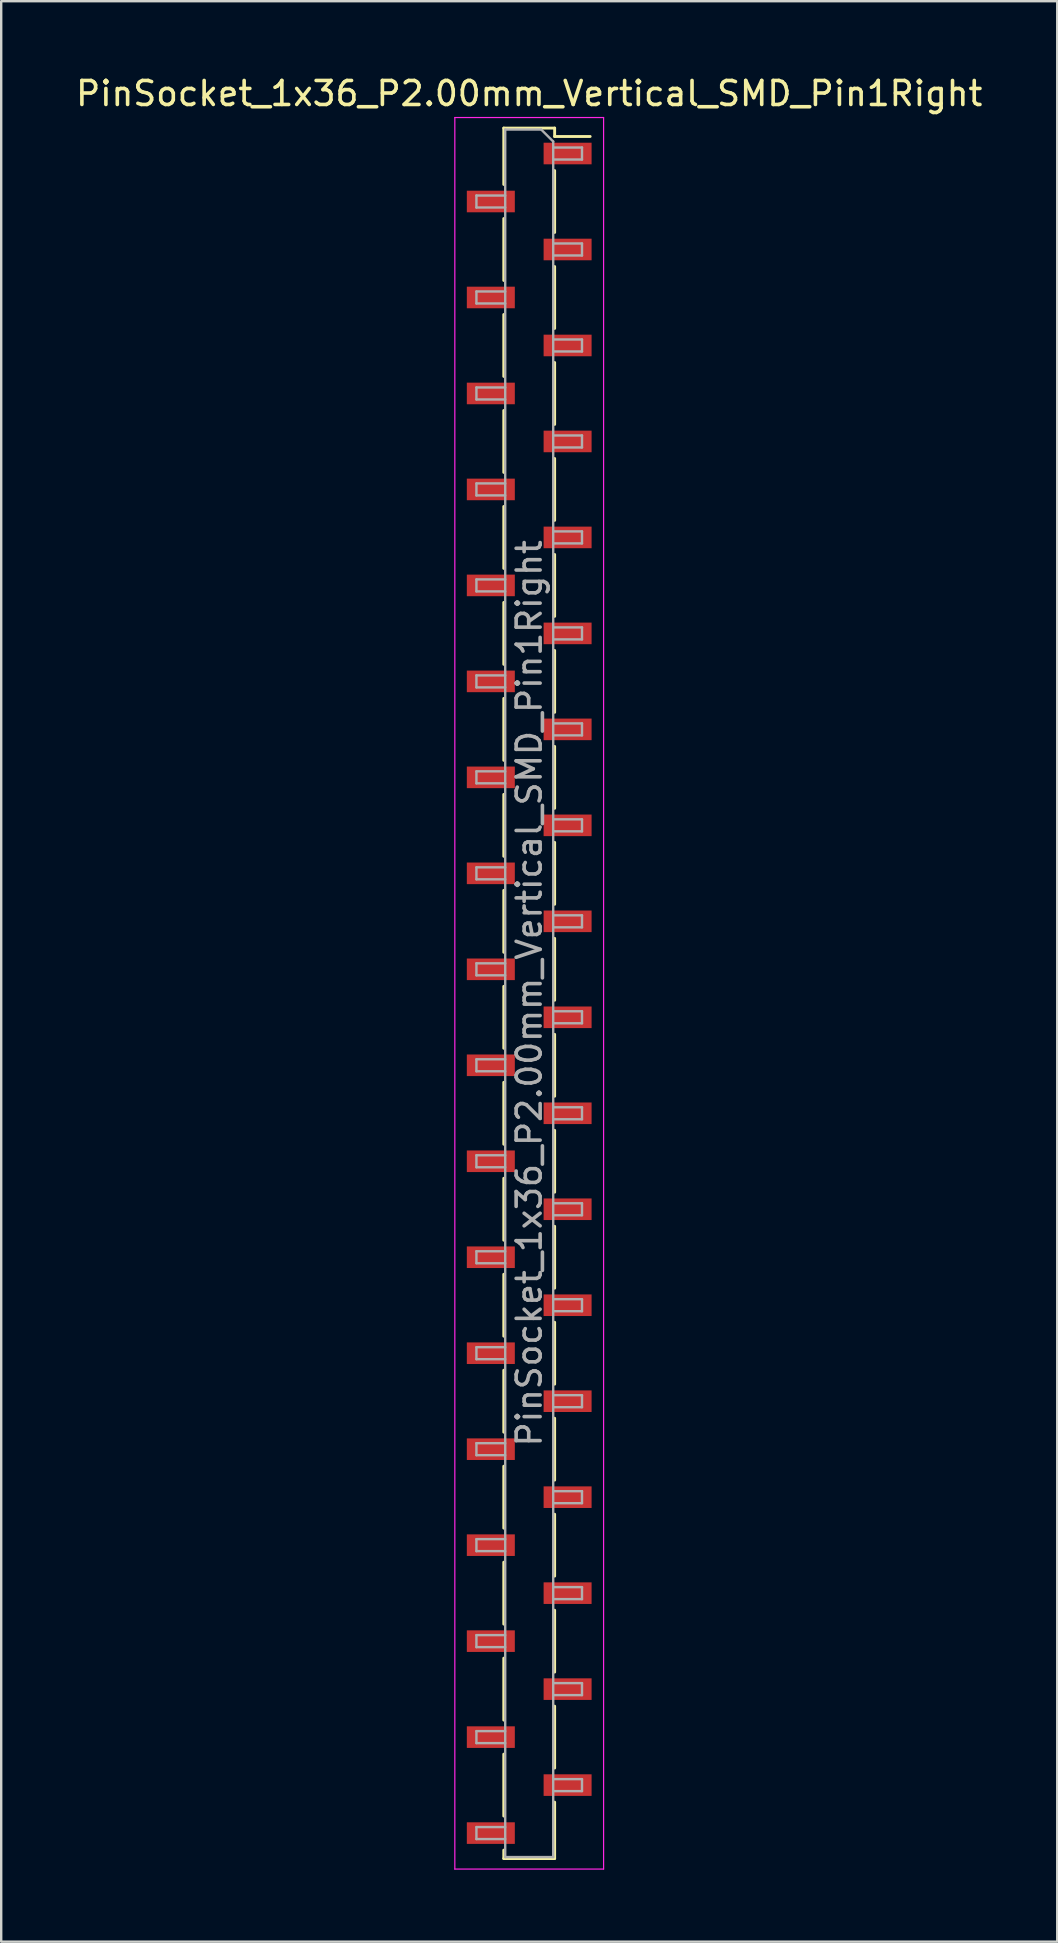
<source format=kicad_pcb>
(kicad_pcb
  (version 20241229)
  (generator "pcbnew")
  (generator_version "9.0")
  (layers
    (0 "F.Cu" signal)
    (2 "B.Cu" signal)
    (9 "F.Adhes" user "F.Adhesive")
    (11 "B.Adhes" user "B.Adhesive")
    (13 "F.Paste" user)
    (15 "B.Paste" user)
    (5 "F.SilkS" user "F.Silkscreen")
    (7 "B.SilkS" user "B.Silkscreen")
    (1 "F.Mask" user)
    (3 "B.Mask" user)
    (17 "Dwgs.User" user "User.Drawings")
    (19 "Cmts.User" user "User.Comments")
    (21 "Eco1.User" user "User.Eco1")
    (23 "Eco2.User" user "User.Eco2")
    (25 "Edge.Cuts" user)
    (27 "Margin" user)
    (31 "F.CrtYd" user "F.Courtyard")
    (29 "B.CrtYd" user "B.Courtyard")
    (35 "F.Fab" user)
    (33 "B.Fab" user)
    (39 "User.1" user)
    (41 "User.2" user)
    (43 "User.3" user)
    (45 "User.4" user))
  (footprint "PinSocket_1x36_P2.00mm_Vertical_SMD_Pin1Right"
    (layer "F.Cu")
    (at 19.006 38.348)
    (property "Reference" "PinSocket_1x36_P2.00mm_Vertical_SMD_Pin1Right" (at 0 -37.5 0) (layer "F.SilkS") (effects (font (size 1 1) (thickness 0.15))))
    (attr smd)
    (fp_line (start -1.06 -36.06) (end -1.06 -33.71) (stroke (width 0.12) (type solid)) (layer "F.SilkS"))
    (fp_line (start -1.06 -36.06) (end 1.06 -36.06) (stroke (width 0.12) (type solid)) (layer "F.SilkS"))
    (fp_line (start -1.06 -32.29) (end -1.06 -29.71) (stroke (width 0.12) (type solid)) (layer "F.SilkS"))
    (fp_line (start -1.06 -28.29) (end -1.06 -25.71) (stroke (width 0.12) (type solid)) (layer "F.SilkS"))
    (fp_line (start -1.06 -24.29) (end -1.06 -21.71) (stroke (width 0.12) (type solid)) (layer "F.SilkS"))
    (fp_line (start -1.06 -20.29) (end -1.06 -17.71) (stroke (width 0.12) (type solid)) (layer "F.SilkS"))
    (fp_line (start -1.06 -16.29) (end -1.06 -13.71) (stroke (width 0.12) (type solid)) (layer "F.SilkS"))
    (fp_line (start -1.06 -12.29) (end -1.06 -9.71) (stroke (width 0.12) (type solid)) (layer "F.SilkS"))
    (fp_line (start -1.06 -8.29) (end -1.06 -5.71) (stroke (width 0.12) (type solid)) (layer "F.SilkS"))
    (fp_line (start -1.06 -4.29) (end -1.06 -1.71) (stroke (width 0.12) (type solid)) (layer "F.SilkS"))
    (fp_line (start -1.06 -0.29) (end -1.06 2.29) (stroke (width 0.12) (type solid)) (layer "F.SilkS"))
    (fp_line (start -1.06 3.71) (end -1.06 6.29) (stroke (width 0.12) (type solid)) (layer "F.SilkS"))
    (fp_line (start -1.06 7.71) (end -1.06 10.29) (stroke (width 0.12) (type solid)) (layer "F.SilkS"))
    (fp_line (start -1.06 11.71) (end -1.06 14.29) (stroke (width 0.12) (type solid)) (layer "F.SilkS"))
    (fp_line (start -1.06 15.71) (end -1.06 18.29) (stroke (width 0.12) (type solid)) (layer "F.SilkS"))
    (fp_line (start -1.06 19.71) (end -1.06 22.29) (stroke (width 0.12) (type solid)) (layer "F.SilkS"))
    (fp_line (start -1.06 23.71) (end -1.06 26.29) (stroke (width 0.12) (type solid)) (layer "F.SilkS"))
    (fp_line (start -1.06 27.71) (end -1.06 30.29) (stroke (width 0.12) (type solid)) (layer "F.SilkS"))
    (fp_line (start -1.06 31.71) (end -1.06 34.29) (stroke (width 0.12) (type solid)) (layer "F.SilkS"))
    (fp_line (start -1.06 35.71) (end -1.06 36.06) (stroke (width 0.12) (type solid)) (layer "F.SilkS"))
    (fp_line (start -1.06 36.06) (end 1.06 36.06) (stroke (width 0.12) (type solid)) (layer "F.SilkS"))
    (fp_line (start 1.06 -36.06) (end 1.06 -35.71) (stroke (width 0.12) (type solid)) (layer "F.SilkS"))
    (fp_line (start 1.06 -35.71) (end 2.54 -35.71) (stroke (width 0.12) (type solid)) (layer "F.SilkS"))
    (fp_line (start 1.06 -34.29) (end 1.06 -31.71) (stroke (width 0.12) (type solid)) (layer "F.SilkS"))
    (fp_line (start 1.06 -30.29) (end 1.06 -27.71) (stroke (width 0.12) (type solid)) (layer "F.SilkS"))
    (fp_line (start 1.06 -26.29) (end 1.06 -23.71) (stroke (width 0.12) (type solid)) (layer "F.SilkS"))
    (fp_line (start 1.06 -22.29) (end 1.06 -19.71) (stroke (width 0.12) (type solid)) (layer "F.SilkS"))
    (fp_line (start 1.06 -18.29) (end 1.06 -15.71) (stroke (width 0.12) (type solid)) (layer "F.SilkS"))
    (fp_line (start 1.06 -14.29) (end 1.06 -11.71) (stroke (width 0.12) (type solid)) (layer "F.SilkS"))
    (fp_line (start 1.06 -10.29) (end 1.06 -7.71) (stroke (width 0.12) (type solid)) (layer "F.SilkS"))
    (fp_line (start 1.06 -6.29) (end 1.06 -3.71) (stroke (width 0.12) (type solid)) (layer "F.SilkS"))
    (fp_line (start 1.06 -2.29) (end 1.06 0.29) (stroke (width 0.12) (type solid)) (layer "F.SilkS"))
    (fp_line (start 1.06 1.71) (end 1.06 4.29) (stroke (width 0.12) (type solid)) (layer "F.SilkS"))
    (fp_line (start 1.06 5.71) (end 1.06 8.29) (stroke (width 0.12) (type solid)) (layer "F.SilkS"))
    (fp_line (start 1.06 9.71) (end 1.06 12.29) (stroke (width 0.12) (type solid)) (layer "F.SilkS"))
    (fp_line (start 1.06 13.71) (end 1.06 16.29) (stroke (width 0.12) (type solid)) (layer "F.SilkS"))
    (fp_line (start 1.06 17.71) (end 1.06 20.29) (stroke (width 0.12) (type solid)) (layer "F.SilkS"))
    (fp_line (start 1.06 21.71) (end 1.06 24.29) (stroke (width 0.12) (type solid)) (layer "F.SilkS"))
    (fp_line (start 1.06 25.71) (end 1.06 28.29) (stroke (width 0.12) (type solid)) (layer "F.SilkS"))
    (fp_line (start 1.06 29.71) (end 1.06 32.29) (stroke (width 0.12) (type solid)) (layer "F.SilkS"))
    (fp_line (start 1.06 33.71) (end 1.06 36.06) (stroke (width 0.12) (type solid)) (layer "F.SilkS"))
    (fp_line (start -3.1 -36.5) (end 3.1 -36.5) (stroke (width 0.05) (type solid)) (layer "F.CrtYd"))
    (fp_line (start -3.1 36.5) (end -3.1 -36.5) (stroke (width 0.05) (type solid)) (layer "F.CrtYd"))
    (fp_line (start 3.1 -36.5) (end 3.1 36.5) (stroke (width 0.05) (type solid)) (layer "F.CrtYd"))
    (fp_line (start 3.1 36.5) (end -3.1 36.5) (stroke (width 0.05) (type solid)) (layer "F.CrtYd"))
    (fp_line (start -2.2 -33.25) (end -1 -33.25) (stroke (width 0.1) (type solid)) (layer "F.Fab"))
    (fp_line (start -2.2 -32.75) (end -2.2 -33.25) (stroke (width 0.1) (type solid)) (layer "F.Fab"))
    (fp_line (start -2.2 -29.25) (end -1 -29.25) (stroke (width 0.1) (type solid)) (layer "F.Fab"))
    (fp_line (start -2.2 -28.75) (end -2.2 -29.25) (stroke (width 0.1) (type solid)) (layer "F.Fab"))
    (fp_line (start -2.2 -25.25) (end -1 -25.25) (stroke (width 0.1) (type solid)) (layer "F.Fab"))
    (fp_line (start -2.2 -24.75) (end -2.2 -25.25) (stroke (width 0.1) (type solid)) (layer "F.Fab"))
    (fp_line (start -2.2 -21.25) (end -1 -21.25) (stroke (width 0.1) (type solid)) (layer "F.Fab"))
    (fp_line (start -2.2 -20.75) (end -2.2 -21.25) (stroke (width 0.1) (type solid)) (layer "F.Fab"))
    (fp_line (start -2.2 -17.25) (end -1 -17.25) (stroke (width 0.1) (type solid)) (layer "F.Fab"))
    (fp_line (start -2.2 -16.75) (end -2.2 -17.25) (stroke (width 0.1) (type solid)) (layer "F.Fab"))
    (fp_line (start -2.2 -13.25) (end -1 -13.25) (stroke (width 0.1) (type solid)) (layer "F.Fab"))
    (fp_line (start -2.2 -12.75) (end -2.2 -13.25) (stroke (width 0.1) (type solid)) (layer "F.Fab"))
    (fp_line (start -2.2 -9.25) (end -1 -9.25) (stroke (width 0.1) (type solid)) (layer "F.Fab"))
    (fp_line (start -2.2 -8.75) (end -2.2 -9.25) (stroke (width 0.1) (type solid)) (layer "F.Fab"))
    (fp_line (start -2.2 -5.25) (end -1 -5.25) (stroke (width 0.1) (type solid)) (layer "F.Fab"))
    (fp_line (start -2.2 -4.75) (end -2.2 -5.25) (stroke (width 0.1) (type solid)) (layer "F.Fab"))
    (fp_line (start -2.2 -1.25) (end -1 -1.25) (stroke (width 0.1) (type solid)) (layer "F.Fab"))
    (fp_line (start -2.2 -0.75) (end -2.2 -1.25) (stroke (width 0.1) (type solid)) (layer "F.Fab"))
    (fp_line (start -2.2 2.75) (end -1 2.75) (stroke (width 0.1) (type solid)) (layer "F.Fab"))
    (fp_line (start -2.2 3.25) (end -2.2 2.75) (stroke (width 0.1) (type solid)) (layer "F.Fab"))
    (fp_line (start -2.2 6.75) (end -1 6.75) (stroke (width 0.1) (type solid)) (layer "F.Fab"))
    (fp_line (start -2.2 7.25) (end -2.2 6.75) (stroke (width 0.1) (type solid)) (layer "F.Fab"))
    (fp_line (start -2.2 10.75) (end -1 10.75) (stroke (width 0.1) (type solid)) (layer "F.Fab"))
    (fp_line (start -2.2 11.25) (end -2.2 10.75) (stroke (width 0.1) (type solid)) (layer "F.Fab"))
    (fp_line (start -2.2 14.75) (end -1 14.75) (stroke (width 0.1) (type solid)) (layer "F.Fab"))
    (fp_line (start -2.2 15.25) (end -2.2 14.75) (stroke (width 0.1) (type solid)) (layer "F.Fab"))
    (fp_line (start -2.2 18.75) (end -1 18.75) (stroke (width 0.1) (type solid)) (layer "F.Fab"))
    (fp_line (start -2.2 19.25) (end -2.2 18.75) (stroke (width 0.1) (type solid)) (layer "F.Fab"))
    (fp_line (start -2.2 22.75) (end -1 22.75) (stroke (width 0.1) (type solid)) (layer "F.Fab"))
    (fp_line (start -2.2 23.25) (end -2.2 22.75) (stroke (width 0.1) (type solid)) (layer "F.Fab"))
    (fp_line (start -2.2 26.75) (end -1 26.75) (stroke (width 0.1) (type solid)) (layer "F.Fab"))
    (fp_line (start -2.2 27.25) (end -2.2 26.75) (stroke (width 0.1) (type solid)) (layer "F.Fab"))
    (fp_line (start -2.2 30.75) (end -1 30.75) (stroke (width 0.1) (type solid)) (layer "F.Fab"))
    (fp_line (start -2.2 31.25) (end -2.2 30.75) (stroke (width 0.1) (type solid)) (layer "F.Fab"))
    (fp_line (start -2.2 34.75) (end -1 34.75) (stroke (width 0.1) (type solid)) (layer "F.Fab"))
    (fp_line (start -2.2 35.25) (end -2.2 34.75) (stroke (width 0.1) (type solid)) (layer "F.Fab"))
    (fp_line (start -1 -36) (end 0.5 -36) (stroke (width 0.1) (type solid)) (layer "F.Fab"))
    (fp_line (start -1 -32.75) (end -2.2 -32.75) (stroke (width 0.1) (type solid)) (layer "F.Fab"))
    (fp_line (start -1 -28.75) (end -2.2 -28.75) (stroke (width 0.1) (type solid)) (layer "F.Fab"))
    (fp_line (start -1 -24.75) (end -2.2 -24.75) (stroke (width 0.1) (type solid)) (layer "F.Fab"))
    (fp_line (start -1 -20.75) (end -2.2 -20.75) (stroke (width 0.1) (type solid)) (layer "F.Fab"))
    (fp_line (start -1 -16.75) (end -2.2 -16.75) (stroke (width 0.1) (type solid)) (layer "F.Fab"))
    (fp_line (start -1 -12.75) (end -2.2 -12.75) (stroke (width 0.1) (type solid)) (layer "F.Fab"))
    (fp_line (start -1 -8.75) (end -2.2 -8.75) (stroke (width 0.1) (type solid)) (layer "F.Fab"))
    (fp_line (start -1 -4.75) (end -2.2 -4.75) (stroke (width 0.1) (type solid)) (layer "F.Fab"))
    (fp_line (start -1 -0.75) (end -2.2 -0.75) (stroke (width 0.1) (type solid)) (layer "F.Fab"))
    (fp_line (start -1 3.25) (end -2.2 3.25) (stroke (width 0.1) (type solid)) (layer "F.Fab"))
    (fp_line (start -1 7.25) (end -2.2 7.25) (stroke (width 0.1) (type solid)) (layer "F.Fab"))
    (fp_line (start -1 11.25) (end -2.2 11.25) (stroke (width 0.1) (type solid)) (layer "F.Fab"))
    (fp_line (start -1 15.25) (end -2.2 15.25) (stroke (width 0.1) (type solid)) (layer "F.Fab"))
    (fp_line (start -1 19.25) (end -2.2 19.25) (stroke (width 0.1) (type solid)) (layer "F.Fab"))
    (fp_line (start -1 23.25) (end -2.2 23.25) (stroke (width 0.1) (type solid)) (layer "F.Fab"))
    (fp_line (start -1 27.25) (end -2.2 27.25) (stroke (width 0.1) (type solid)) (layer "F.Fab"))
    (fp_line (start -1 31.25) (end -2.2 31.25) (stroke (width 0.1) (type solid)) (layer "F.Fab"))
    (fp_line (start -1 35.25) (end -2.2 35.25) (stroke (width 0.1) (type solid)) (layer "F.Fab"))
    (fp_line (start -1 36) (end -1 -36) (stroke (width 0.1) (type solid)) (layer "F.Fab"))
    (fp_line (start 0.5 -36) (end 1 -35.5) (stroke (width 0.1) (type solid)) (layer "F.Fab"))
    (fp_line (start 1 -35.5) (end 1 36) (stroke (width 0.1) (type solid)) (layer "F.Fab"))
    (fp_line (start 1 -35.25) (end 2.2 -35.25) (stroke (width 0.1) (type solid)) (layer "F.Fab"))
    (fp_line (start 1 -31.25) (end 2.2 -31.25) (stroke (width 0.1) (type solid)) (layer "F.Fab"))
    (fp_line (start 1 -27.25) (end 2.2 -27.25) (stroke (width 0.1) (type solid)) (layer "F.Fab"))
    (fp_line (start 1 -23.25) (end 2.2 -23.25) (stroke (width 0.1) (type solid)) (layer "F.Fab"))
    (fp_line (start 1 -19.25) (end 2.2 -19.25) (stroke (width 0.1) (type solid)) (layer "F.Fab"))
    (fp_line (start 1 -15.25) (end 2.2 -15.25) (stroke (width 0.1) (type solid)) (layer "F.Fab"))
    (fp_line (start 1 -11.25) (end 2.2 -11.25) (stroke (width 0.1) (type solid)) (layer "F.Fab"))
    (fp_line (start 1 -7.25) (end 2.2 -7.25) (stroke (width 0.1) (type solid)) (layer "F.Fab"))
    (fp_line (start 1 -3.25) (end 2.2 -3.25) (stroke (width 0.1) (type solid)) (layer "F.Fab"))
    (fp_line (start 1 0.75) (end 2.2 0.75) (stroke (width 0.1) (type solid)) (layer "F.Fab"))
    (fp_line (start 1 4.75) (end 2.2 4.75) (stroke (width 0.1) (type solid)) (layer "F.Fab"))
    (fp_line (start 1 8.75) (end 2.2 8.75) (stroke (width 0.1) (type solid)) (layer "F.Fab"))
    (fp_line (start 1 12.75) (end 2.2 12.75) (stroke (width 0.1) (type solid)) (layer "F.Fab"))
    (fp_line (start 1 16.75) (end 2.2 16.75) (stroke (width 0.1) (type solid)) (layer "F.Fab"))
    (fp_line (start 1 20.75) (end 2.2 20.75) (stroke (width 0.1) (type solid)) (layer "F.Fab"))
    (fp_line (start 1 24.75) (end 2.2 24.75) (stroke (width 0.1) (type solid)) (layer "F.Fab"))
    (fp_line (start 1 28.75) (end 2.2 28.75) (stroke (width 0.1) (type solid)) (layer "F.Fab"))
    (fp_line (start 1 32.75) (end 2.2 32.75) (stroke (width 0.1) (type solid)) (layer "F.Fab"))
    (fp_line (start 1 36) (end -1 36) (stroke (width 0.1) (type solid)) (layer "F.Fab"))
    (fp_line (start 2.2 -35.25) (end 2.2 -34.75) (stroke (width 0.1) (type solid)) (layer "F.Fab"))
    (fp_line (start 2.2 -34.75) (end 1 -34.75) (stroke (width 0.1) (type solid)) (layer "F.Fab"))
    (fp_line (start 2.2 -31.25) (end 2.2 -30.75) (stroke (width 0.1) (type solid)) (layer "F.Fab"))
    (fp_line (start 2.2 -30.75) (end 1 -30.75) (stroke (width 0.1) (type solid)) (layer "F.Fab"))
    (fp_line (start 2.2 -27.25) (end 2.2 -26.75) (stroke (width 0.1) (type solid)) (layer "F.Fab"))
    (fp_line (start 2.2 -26.75) (end 1 -26.75) (stroke (width 0.1) (type solid)) (layer "F.Fab"))
    (fp_line (start 2.2 -23.25) (end 2.2 -22.75) (stroke (width 0.1) (type solid)) (layer "F.Fab"))
    (fp_line (start 2.2 -22.75) (end 1 -22.75) (stroke (width 0.1) (type solid)) (layer "F.Fab"))
    (fp_line (start 2.2 -19.25) (end 2.2 -18.75) (stroke (width 0.1) (type solid)) (layer "F.Fab"))
    (fp_line (start 2.2 -18.75) (end 1 -18.75) (stroke (width 0.1) (type solid)) (layer "F.Fab"))
    (fp_line (start 2.2 -15.25) (end 2.2 -14.75) (stroke (width 0.1) (type solid)) (layer "F.Fab"))
    (fp_line (start 2.2 -14.75) (end 1 -14.75) (stroke (width 0.1) (type solid)) (layer "F.Fab"))
    (fp_line (start 2.2 -11.25) (end 2.2 -10.75) (stroke (width 0.1) (type solid)) (layer "F.Fab"))
    (fp_line (start 2.2 -10.75) (end 1 -10.75) (stroke (width 0.1) (type solid)) (layer "F.Fab"))
    (fp_line (start 2.2 -7.25) (end 2.2 -6.75) (stroke (width 0.1) (type solid)) (layer "F.Fab"))
    (fp_line (start 2.2 -6.75) (end 1 -6.75) (stroke (width 0.1) (type solid)) (layer "F.Fab"))
    (fp_line (start 2.2 -3.25) (end 2.2 -2.75) (stroke (width 0.1) (type solid)) (layer "F.Fab"))
    (fp_line (start 2.2 -2.75) (end 1 -2.75) (stroke (width 0.1) (type solid)) (layer "F.Fab"))
    (fp_line (start 2.2 0.75) (end 2.2 1.25) (stroke (width 0.1) (type solid)) (layer "F.Fab"))
    (fp_line (start 2.2 1.25) (end 1 1.25) (stroke (width 0.1) (type solid)) (layer "F.Fab"))
    (fp_line (start 2.2 4.75) (end 2.2 5.25) (stroke (width 0.1) (type solid)) (layer "F.Fab"))
    (fp_line (start 2.2 5.25) (end 1 5.25) (stroke (width 0.1) (type solid)) (layer "F.Fab"))
    (fp_line (start 2.2 8.75) (end 2.2 9.25) (stroke (width 0.1) (type solid)) (layer "F.Fab"))
    (fp_line (start 2.2 9.25) (end 1 9.25) (stroke (width 0.1) (type solid)) (layer "F.Fab"))
    (fp_line (start 2.2 12.75) (end 2.2 13.25) (stroke (width 0.1) (type solid)) (layer "F.Fab"))
    (fp_line (start 2.2 13.25) (end 1 13.25) (stroke (width 0.1) (type solid)) (layer "F.Fab"))
    (fp_line (start 2.2 16.75) (end 2.2 17.25) (stroke (width 0.1) (type solid)) (layer "F.Fab"))
    (fp_line (start 2.2 17.25) (end 1 17.25) (stroke (width 0.1) (type solid)) (layer "F.Fab"))
    (fp_line (start 2.2 20.75) (end 2.2 21.25) (stroke (width 0.1) (type solid)) (layer "F.Fab"))
    (fp_line (start 2.2 21.25) (end 1 21.25) (stroke (width 0.1) (type solid)) (layer "F.Fab"))
    (fp_line (start 2.2 24.75) (end 2.2 25.25) (stroke (width 0.1) (type solid)) (layer "F.Fab"))
    (fp_line (start 2.2 25.25) (end 1 25.25) (stroke (width 0.1) (type solid)) (layer "F.Fab"))
    (fp_line (start 2.2 28.75) (end 2.2 29.25) (stroke (width 0.1) (type solid)) (layer "F.Fab"))
    (fp_line (start 2.2 29.25) (end 1 29.25) (stroke (width 0.1) (type solid)) (layer "F.Fab"))
    (fp_line (start 2.2 32.75) (end 2.2 33.25) (stroke (width 0.1) (type solid)) (layer "F.Fab"))
    (fp_line (start 2.2 33.25) (end 1 33.25) (stroke (width 0.1) (type solid)) (layer "F.Fab"))
    (fp_text user "${REFERENCE}" (at 0 0 90) (layer "F.Fab") (effects (font (size 1 1) (thickness 0.15))))
    (pad "1" smd rect (at 1.6 -35) (size 2 0.9) (layers "F.Cu" "F.Mask" "F.Paste"))
    (pad "2" smd rect (at -1.6 -33) (size 2 0.9) (layers "F.Cu" "F.Mask" "F.Paste"))
    (pad "3" smd rect (at 1.6 -31) (size 2 0.9) (layers "F.Cu" "F.Mask" "F.Paste"))
    (pad "4" smd rect (at -1.6 -29) (size 2 0.9) (layers "F.Cu" "F.Mask" "F.Paste"))
    (pad "5" smd rect (at 1.6 -27) (size 2 0.9) (layers "F.Cu" "F.Mask" "F.Paste"))
    (pad "6" smd rect (at -1.6 -25) (size 2 0.9) (layers "F.Cu" "F.Mask" "F.Paste"))
    (pad "7" smd rect (at 1.6 -23) (size 2 0.9) (layers "F.Cu" "F.Mask" "F.Paste"))
    (pad "8" smd rect (at -1.6 -21) (size 2 0.9) (layers "F.Cu" "F.Mask" "F.Paste"))
    (pad "9" smd rect (at 1.6 -19) (size 2 0.9) (layers "F.Cu" "F.Mask" "F.Paste"))
    (pad "10" smd rect (at -1.6 -17) (size 2 0.9) (layers "F.Cu" "F.Mask" "F.Paste"))
    (pad "11" smd rect (at 1.6 -15) (size 2 0.9) (layers "F.Cu" "F.Mask" "F.Paste"))
    (pad "12" smd rect (at -1.6 -13) (size 2 0.9) (layers "F.Cu" "F.Mask" "F.Paste"))
    (pad "13" smd rect (at 1.6 -11) (size 2 0.9) (layers "F.Cu" "F.Mask" "F.Paste"))
    (pad "14" smd rect (at -1.6 -9) (size 2 0.9) (layers "F.Cu" "F.Mask" "F.Paste"))
    (pad "15" smd rect (at 1.6 -7) (size 2 0.9) (layers "F.Cu" "F.Mask" "F.Paste"))
    (pad "16" smd rect (at -1.6 -5) (size 2 0.9) (layers "F.Cu" "F.Mask" "F.Paste"))
    (pad "17" smd rect (at 1.6 -3) (size 2 0.9) (layers "F.Cu" "F.Mask" "F.Paste"))
    (pad "18" smd rect (at -1.6 -1) (size 2 0.9) (layers "F.Cu" "F.Mask" "F.Paste"))
    (pad "19" smd rect (at 1.6 1) (size 2 0.9) (layers "F.Cu" "F.Mask" "F.Paste"))
    (pad "20" smd rect (at -1.6 3) (size 2 0.9) (layers "F.Cu" "F.Mask" "F.Paste"))
    (pad "21" smd rect (at 1.6 5) (size 2 0.9) (layers "F.Cu" "F.Mask" "F.Paste"))
    (pad "22" smd rect (at -1.6 7) (size 2 0.9) (layers "F.Cu" "F.Mask" "F.Paste"))
    (pad "23" smd rect (at 1.6 9) (size 2 0.9) (layers "F.Cu" "F.Mask" "F.Paste"))
    (pad "24" smd rect (at -1.6 11) (size 2 0.9) (layers "F.Cu" "F.Mask" "F.Paste"))
    (pad "25" smd rect (at 1.6 13) (size 2 0.9) (layers "F.Cu" "F.Mask" "F.Paste"))
    (pad "26" smd rect (at -1.6 15) (size 2 0.9) (layers "F.Cu" "F.Mask" "F.Paste"))
    (pad "27" smd rect (at 1.6 17) (size 2 0.9) (layers "F.Cu" "F.Mask" "F.Paste"))
    (pad "28" smd rect (at -1.6 19) (size 2 0.9) (layers "F.Cu" "F.Mask" "F.Paste"))
    (pad "29" smd rect (at 1.6 21) (size 2 0.9) (layers "F.Cu" "F.Mask" "F.Paste"))
    (pad "30" smd rect (at -1.6 23) (size 2 0.9) (layers "F.Cu" "F.Mask" "F.Paste"))
    (pad "31" smd rect (at 1.6 25) (size 2 0.9) (layers "F.Cu" "F.Mask" "F.Paste"))
    (pad "32" smd rect (at -1.6 27) (size 2 0.9) (layers "F.Cu" "F.Mask" "F.Paste"))
    (pad "33" smd rect (at 1.6 29) (size 2 0.9) (layers "F.Cu" "F.Mask" "F.Paste"))
    (pad "34" smd rect (at -1.6 31) (size 2 0.9) (layers "F.Cu" "F.Mask" "F.Paste"))
    (pad "35" smd rect (at 1.6 33) (size 2 0.9) (layers "F.Cu" "F.Mask" "F.Paste"))
    (pad "36" smd rect (at -1.6 35) (size 2 0.9) (layers "F.Cu" "F.Mask" "F.Paste")))
  (gr_rect
    (start -3 -3)
    (end 41.012 77.873)
    (stroke (width 0.1) (type default))
    (fill no)
    (layer "Edge.Cuts")))
</source>
